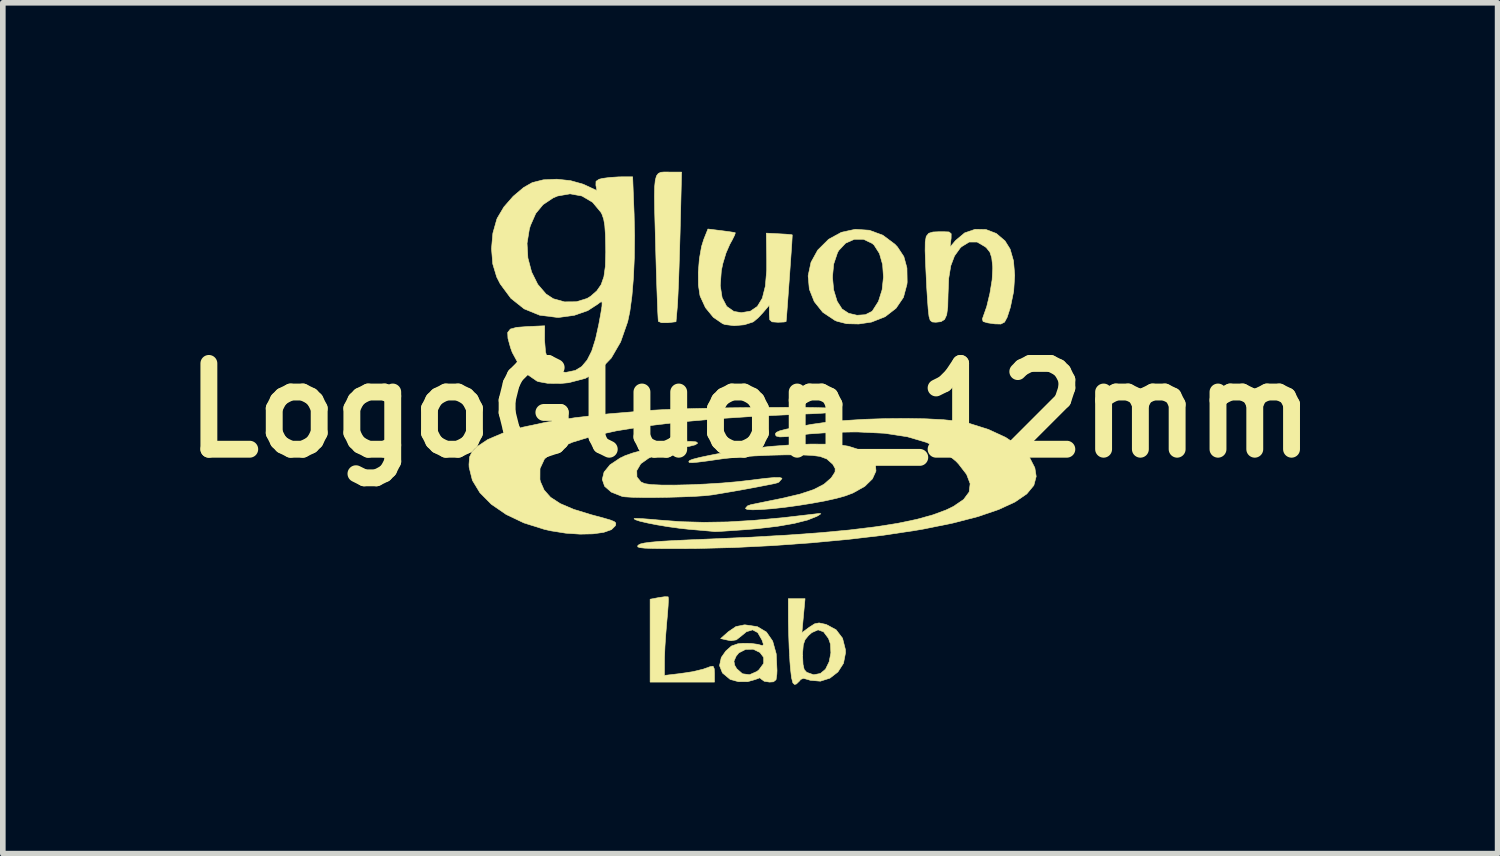
<source format=kicad_pcb>
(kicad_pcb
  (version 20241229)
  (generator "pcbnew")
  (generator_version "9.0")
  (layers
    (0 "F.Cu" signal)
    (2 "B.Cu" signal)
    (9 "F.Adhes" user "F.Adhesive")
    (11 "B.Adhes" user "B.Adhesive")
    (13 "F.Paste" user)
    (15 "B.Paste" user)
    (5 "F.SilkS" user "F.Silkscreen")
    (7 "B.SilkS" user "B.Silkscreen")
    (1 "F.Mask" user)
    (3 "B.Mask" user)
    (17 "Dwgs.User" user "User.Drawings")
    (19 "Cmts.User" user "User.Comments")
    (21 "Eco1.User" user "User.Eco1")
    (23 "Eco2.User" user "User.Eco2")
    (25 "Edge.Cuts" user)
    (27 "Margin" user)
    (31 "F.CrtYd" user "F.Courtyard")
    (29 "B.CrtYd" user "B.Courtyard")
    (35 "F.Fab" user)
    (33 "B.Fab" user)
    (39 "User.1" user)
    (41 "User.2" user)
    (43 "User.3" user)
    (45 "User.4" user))
  (footprint "LogoGluon_12mm"
    (layer "F.Cu")
    (at 10.276 4.24)
    (property "Reference" "LogoGluon_12mm" (at 0 0 0) (layer "F.SilkS") (effects (font (size 1.524 1.524) (thickness 0.3))))
    (attr through_hole)
    (fp_poly (pts (xy -1.461 3.311) (xy -1.457 3.313) (xy -1.453 3.359) (xy -1.458 3.471) (xy -1.47 3.63) (xy -1.481 3.75) (xy -1.499 3.968) (xy -1.514 4.19) (xy -1.522 4.38) (xy -1.523 4.439) (xy -1.524 4.707) (xy -1.263 4.677) (xy -1.025 4.642) (xy -0.837 4.597) (xy -0.709 4.551) (xy -0.66 4.544) (xy -0.639 4.589) (xy -0.635 4.673) (xy -0.635 4.826) (xy -1.778 4.826) (xy -1.778 3.354) (xy -1.626 3.325) (xy -1.522 3.31) (xy -1.461 3.311)) (stroke (width 0.01) (type solid)) (fill yes) (layer "F.SilkS"))
    (fp_poly (pts (xy -1.447 -4.234) (xy -1.41 -4.233) (xy -1.219 -4.233) (xy -1.245 -3.164) (xy -1.254 -2.855) (xy -1.263 -2.56) (xy -1.272 -2.293) (xy -1.282 -2.069) (xy -1.29 -1.905) (xy -1.295 -1.835) (xy -1.318 -1.575) (xy -1.468 -1.557) (xy -1.572 -1.557) (xy -1.629 -1.58) (xy -1.632 -1.585) (xy -1.636 -1.637) (xy -1.643 -1.763) (xy -1.65 -1.952) (xy -1.659 -2.194) (xy -1.668 -2.476) (xy -1.677 -2.79) (xy -1.68 -2.91) (xy -1.69 -3.28) (xy -1.698 -3.574) (xy -1.701 -3.801) (xy -1.698 -3.969) (xy -1.686 -4.088) (xy -1.665 -4.165) (xy -1.632 -4.209) (xy -1.586 -4.23) (xy -1.525 -4.235) (xy -1.447 -4.234)) (stroke (width 0.01) (type solid)) (fill yes) (layer "F.SilkS"))
    (fp_poly (pts (xy 1.255 1.836) (xy 1.217 1.862) (xy 1.183 1.882) (xy 1.019 1.947) (xy 0.782 2.007) (xy 0.482 2.059) (xy 0.129 2.1) (xy -0.053 2.116) (xy -0.262 2.131) (xy -0.439 2.143) (xy -0.567 2.151) (xy -0.631 2.153) (xy -0.635 2.153) (xy -0.684 2.147) (xy -0.797 2.137) (xy -0.958 2.123) (xy -1.079 2.113) (xy -1.261 2.093) (xy -1.457 2.066) (xy -1.65 2.034) (xy -1.823 2) (xy -1.96 1.968) (xy -2.045 1.94) (xy -2.063 1.921) (xy -2.017 1.919) (xy -1.905 1.924) (xy -1.747 1.936) (xy -1.627 1.947) (xy -1.228 1.977) (xy -0.823 1.988) (xy -0.397 1.981) (xy 0.065 1.953) (xy 0.579 1.906) (xy 1.122 1.843) (xy 1.226 1.831) (xy 1.255 1.836)) (stroke (width 0.01) (type solid)) (fill yes) (layer "F.SilkS"))
    (fp_poly (pts (xy 2.117 -3.2) (xy 2.357 -3.111) (xy 2.571 -2.951) (xy 2.616 -2.903) (xy 2.729 -2.732) (xy 2.784 -2.53) (xy 2.788 -2.28) (xy 2.784 -2.24) (xy 2.722 -2.008) (xy 2.59 -1.814) (xy 2.398 -1.665) (xy 2.155 -1.569) (xy 1.927 -1.535) (xy 1.713 -1.54) (xy 1.54 -1.584) (xy 1.501 -1.601) (xy 1.289 -1.743) (xy 1.138 -1.932) (xy 1.05 -2.154) (xy 1.031 -2.37) (xy 1.461 -2.37) (xy 1.482 -2.141) (xy 1.544 -1.938) (xy 1.631 -1.802) (xy 1.748 -1.725) (xy 1.897 -1.69) (xy 2.045 -1.7) (xy 2.161 -1.758) (xy 2.172 -1.769) (xy 2.278 -1.936) (xy 2.343 -2.142) (xy 2.367 -2.368) (xy 2.352 -2.59) (xy 2.296 -2.787) (xy 2.2 -2.937) (xy 2.167 -2.966) (xy 2.013 -3.039) (xy 1.849 -3.039) (xy 1.695 -2.971) (xy 1.573 -2.841) (xy 1.551 -2.802) (xy 1.483 -2.6) (xy 1.461 -2.37) (xy 1.031 -2.37) (xy 1.029 -2.392) (xy 1.08 -2.631) (xy 1.199 -2.847) (xy 1.393 -3.04) (xy 1.62 -3.164) (xy 1.866 -3.217) (xy 2.117 -3.2)) (stroke (width 0.01) (type solid)) (fill yes) (layer "F.SilkS"))
    (fp_poly (pts (xy 0.918 3.949) (xy 1.05 3.851) (xy 1.144 3.791) (xy 1.223 3.775) (xy 1.331 3.798) (xy 1.355 3.805) (xy 1.526 3.897) (xy 1.64 4.047) (xy 1.691 4.248) (xy 1.693 4.306) (xy 1.657 4.492) (xy 1.558 4.646) (xy 1.416 4.756) (xy 1.246 4.81) (xy 1.066 4.794) (xy 1.039 4.785) (xy 0.946 4.759) (xy 0.896 4.779) (xy 0.879 4.803) (xy 0.82 4.86) (xy 0.787 4.868) (xy 0.758 4.84) (xy 0.734 4.748) (xy 0.715 4.584) (xy 0.705 4.456) (xy 0.7 4.356) (xy 0.931 4.356) (xy 0.938 4.511) (xy 0.959 4.603) (xy 1.002 4.651) (xy 1.005 4.653) (xy 1.127 4.696) (xy 1.247 4.673) (xy 1.338 4.597) (xy 1.402 4.466) (xy 1.433 4.308) (xy 1.425 4.149) (xy 1.391 4.051) (xy 1.303 3.933) (xy 1.205 3.898) (xy 1.094 3.947) (xy 1.035 3.999) (xy 0.974 4.074) (xy 0.943 4.164) (xy 0.932 4.297) (xy 0.931 4.356) (xy 0.7 4.356) (xy 0.692 4.223) (xy 0.683 3.971) (xy 0.678 3.745) (xy 0.678 3.694) (xy 0.677 3.344) (xy 0.974 3.344) (xy 0.918 3.949)) (stroke (width 0.01) (type solid)) (fill yes) (layer "F.SilkS"))
    (fp_poly (pts (xy -0.96 0.559) (xy -0.933 0.581) (xy -0.974 0.61) (xy -1.076 0.637) (xy -1.163 0.651) (xy -1.393 0.694) (xy -1.616 0.763) (xy -1.806 0.849) (xy -1.938 0.943) (xy -1.946 0.951) (xy -2.015 1.069) (xy -2.012 1.183) (xy -1.94 1.271) (xy -1.873 1.301) (xy -1.759 1.318) (xy -1.578 1.326) (xy -1.345 1.327) (xy -1.076 1.321) (xy -0.788 1.308) (xy -0.498 1.29) (xy -0.221 1.266) (xy 0.005 1.24) (xy 0.251 1.209) (xy 0.42 1.193) (xy 0.522 1.192) (xy 0.562 1.204) (xy 0.563 1.213) (xy 0.509 1.274) (xy 0.486 1.285) (xy 0.426 1.301) (xy 0.299 1.326) (xy 0.124 1.36) (xy -0.08 1.398) (xy -0.297 1.437) (xy -0.509 1.473) (xy -0.677 1.501) (xy -0.805 1.515) (xy -0.988 1.527) (xy -1.209 1.536) (xy -1.448 1.543) (xy -1.688 1.547) (xy -1.91 1.547) (xy -2.096 1.543) (xy -2.228 1.535) (xy -2.274 1.528) (xy -2.468 1.451) (xy -2.586 1.348) (xy -2.628 1.226) (xy -2.596 1.096) (xy -2.49 0.966) (xy -2.31 0.846) (xy -2.22 0.803) (xy -2.082 0.755) (xy -1.89 0.702) (xy -1.669 0.649) (xy -1.445 0.603) (xy -1.245 0.568) (xy -1.092 0.551) (xy -1.062 0.55) (xy -0.96 0.559)) (stroke (width 0.01) (type solid)) (fill yes) (layer "F.SilkS"))
    (fp_poly (pts (xy 0.126 3.841) (xy 0.288 3.937) (xy 0.399 4.098) (xy 0.462 4.325) (xy 0.476 4.622) (xy 0.473 4.688) (xy 0.459 4.784) (xy 0.413 4.821) (xy 0.342 4.826) (xy 0.249 4.811) (xy 0.203 4.778) (xy 0.17 4.75) (xy 0.096 4.778) (xy -0.043 4.818) (xy -0.207 4.819) (xy -0.348 4.781) (xy -0.36 4.775) (xy -0.493 4.664) (xy -0.545 4.533) (xy -0.528 4.455) (xy -0.289 4.455) (xy -0.276 4.527) (xy -0.24 4.588) (xy -0.138 4.678) (xy -0.012 4.695) (xy 0.12 4.637) (xy 0.156 4.607) (xy 0.239 4.494) (xy 0.239 4.388) (xy 0.173 4.3) (xy 0.053 4.242) (xy -0.083 4.246) (xy -0.202 4.307) (xy -0.25 4.366) (xy -0.289 4.455) (xy -0.528 4.455) (xy -0.514 4.389) (xy -0.434 4.275) (xy -0.333 4.185) (xy -0.218 4.145) (xy -0.127 4.137) (xy 0.013 4.139) (xy 0.132 4.155) (xy 0.159 4.162) (xy 0.223 4.18) (xy 0.234 4.152) (xy 0.209 4.078) (xy 0.134 3.947) (xy 0.042 3.898) (xy -0.068 3.932) (xy -0.154 4.003) (xy -0.247 4.076) (xy -0.34 4.091) (xy -0.394 4.082) (xy -0.525 4.053) (xy -0.389 3.932) (xy -0.254 3.84) (xy -0.107 3.81) (xy -0.086 3.81) (xy 0.126 3.841)) (stroke (width 0.01) (type solid)) (fill yes) (layer "F.SilkS"))
    (fp_poly (pts (xy 1.384 0.6) (xy 1.635 0.619) (xy 1.744 0.636) (xy 1.978 0.712) (xy 2.138 0.816) (xy 2.223 0.941) (xy 2.234 1.077) (xy 2.171 1.216) (xy 2.035 1.349) (xy 1.827 1.466) (xy 1.693 1.517) (xy 1.532 1.562) (xy 1.33 1.607) (xy 1.101 1.649) (xy 0.858 1.688) (xy 0.616 1.721) (xy 0.39 1.746) (xy 0.192 1.761) (xy 0.038 1.766) (xy -0.058 1.758) (xy -0.085 1.74) (xy -0.049 1.697) (xy 0.011 1.675) (xy 0.09 1.659) (xy 0.231 1.63) (xy 0.412 1.593) (xy 0.565 1.562) (xy 0.884 1.487) (xy 1.128 1.406) (xy 1.308 1.313) (xy 1.431 1.206) (xy 1.454 1.177) (xy 1.507 1.093) (xy 1.509 1.032) (xy 1.467 0.957) (xy 1.36 0.862) (xy 1.239 0.817) (xy 1.097 0.799) (xy 0.89 0.79) (xy 0.637 0.789) (xy 0.357 0.796) (xy 0.069 0.809) (xy -0.207 0.829) (xy -0.454 0.854) (xy -0.526 0.864) (xy -0.763 0.898) (xy -0.928 0.919) (xy -1.031 0.928) (xy -1.082 0.925) (xy -1.092 0.912) (xy -1.075 0.889) (xy -1.021 0.868) (xy -0.898 0.836) (xy -0.723 0.799) (xy -0.512 0.758) (xy -0.4 0.739) (xy -0.028 0.683) (xy 0.353 0.64) (xy 0.727 0.612) (xy 1.076 0.598) (xy 1.384 0.6)) (stroke (width 0.01) (type solid)) (fill yes) (layer "F.SilkS"))
    (fp_poly (pts (xy -0.513 -3.193) (xy -0.382 -3.176) (xy -0.291 -3.162) (xy -0.264 -3.155) (xy -0.276 -3.116) (xy -0.32 -3.027) (xy -0.362 -2.951) (xy -0.429 -2.798) (xy -0.486 -2.61) (xy -0.513 -2.482) (xy -0.532 -2.216) (xy -0.499 -2.003) (xy -0.418 -1.848) (xy -0.29 -1.758) (xy -0.157 -1.736) (xy 0.004 -1.763) (xy 0.127 -1.847) (xy 0.215 -1.993) (xy 0.269 -2.207) (xy 0.293 -2.493) (xy 0.293 -2.676) (xy 0.286 -3.149) (xy 0.513 -3.137) (xy 0.64 -3.13) (xy 0.726 -3.122) (xy 0.747 -3.118) (xy 0.745 -3.077) (xy 0.739 -2.968) (xy 0.728 -2.807) (xy 0.714 -2.609) (xy 0.699 -2.393) (xy 0.683 -2.173) (xy 0.668 -1.966) (xy 0.655 -1.788) (xy 0.645 -1.655) (xy 0.638 -1.584) (xy 0.637 -1.577) (xy 0.598 -1.57) (xy 0.506 -1.566) (xy 0.487 -1.566) (xy 0.388 -1.573) (xy 0.347 -1.609) (xy 0.339 -1.7) (xy 0.339 -1.718) (xy 0.339 -1.869) (xy 0.228 -1.738) (xy 0.14 -1.644) (xy 0.061 -1.578) (xy 0.048 -1.57) (xy -0.105 -1.521) (xy -0.284 -1.505) (xy -0.447 -1.525) (xy -0.489 -1.54) (xy -0.655 -1.654) (xy -0.795 -1.825) (xy -0.888 -2.027) (xy -0.893 -2.045) (xy -0.92 -2.225) (xy -0.922 -2.452) (xy -0.903 -2.692) (xy -0.864 -2.912) (xy -0.824 -3.04) (xy -0.751 -3.222) (xy -0.513 -3.193)) (stroke (width 0.01) (type solid)) (fill yes) (layer "F.SilkS"))
    (fp_poly (pts (xy 4.188 -3.213) (xy 4.371 -3.143) (xy 4.526 -3.011) (xy 4.617 -2.865) (xy 4.677 -2.656) (xy 4.698 -2.398) (xy 4.68 -2.117) (xy 4.623 -1.839) (xy 4.613 -1.804) (xy 4.564 -1.653) (xy 4.518 -1.568) (xy 4.452 -1.534) (xy 4.344 -1.537) (xy 4.219 -1.555) (xy 4.137 -1.579) (xy 4.124 -1.624) (xy 4.131 -1.644) (xy 4.201 -1.843) (xy 4.258 -2.08) (xy 4.297 -2.319) (xy 4.308 -2.523) (xy 4.307 -2.557) (xy 4.29 -2.711) (xy 4.258 -2.81) (xy 4.198 -2.886) (xy 4.175 -2.906) (xy 4.03 -2.991) (xy 3.889 -2.991) (xy 3.753 -2.907) (xy 3.729 -2.883) (xy 3.629 -2.744) (xy 3.563 -2.57) (xy 3.526 -2.346) (xy 3.514 -2.055) (xy 3.514 -2.046) (xy 3.509 -1.836) (xy 3.49 -1.697) (xy 3.452 -1.615) (xy 3.388 -1.576) (xy 3.297 -1.566) (xy 3.234 -1.571) (xy 3.197 -1.6) (xy 3.176 -1.67) (xy 3.161 -1.803) (xy 3.159 -1.831) (xy 3.148 -1.983) (xy 3.135 -2.19) (xy 3.124 -2.422) (xy 3.115 -2.61) (xy 3.107 -2.837) (xy 3.109 -2.993) (xy 3.127 -3.092) (xy 3.171 -3.146) (xy 3.246 -3.169) (xy 3.362 -3.174) (xy 3.432 -3.174) (xy 3.532 -3.17) (xy 3.57 -3.138) (xy 3.569 -3.058) (xy 3.566 -3.037) (xy 3.549 -2.9) (xy 3.648 -3.018) (xy 3.809 -3.153) (xy 3.995 -3.217) (xy 4.188 -3.213)) (stroke (width 0.01) (type solid)) (fill yes) (layer "F.SilkS"))
    (fp_poly (pts (xy 0.902 -0.053) (xy 1.141 -0.05) (xy 1.33 -0.045) (xy 1.457 -0.038) (xy 1.51 -0.028) (xy 1.51 -0.028) (xy 1.525 0.000114) (xy 1.501 0.021) (xy 1.426 0.037) (xy 1.29 0.049) (xy 1.085 0.06) (xy 0.969 0.064) (xy 0.134 0.101) (xy -0.617 0.15) (xy -1.287 0.21) (xy -1.875 0.281) (xy -2.382 0.364) (xy -2.81 0.459) (xy -3.16 0.566) (xy -3.431 0.685) (xy -3.502 0.725) (xy -3.654 0.862) (xy -3.734 1.034) (xy -3.735 1.227) (xy -3.727 1.264) (xy -3.661 1.414) (xy -3.547 1.543) (xy -3.375 1.655) (xy -3.137 1.757) (xy -2.824 1.853) (xy -2.794 1.861) (xy -2.604 1.912) (xy -2.482 1.948) (xy -2.415 1.975) (xy -2.388 2) (xy -2.389 2.03) (xy -2.396 2.049) (xy -2.465 2.118) (xy -2.602 2.166) (xy -2.793 2.193) (xy -3.022 2.198) (xy -3.276 2.181) (xy -3.541 2.139) (xy -3.656 2.113) (xy -4.019 1.999) (xy -4.336 1.848) (xy -4.599 1.667) (xy -4.801 1.463) (xy -4.935 1.242) (xy -4.993 1.01) (xy -4.995 0.959) (xy -4.985 0.827) (xy -4.94 0.734) (xy -4.851 0.644) (xy -4.661 0.517) (xy -4.393 0.403) (xy -4.047 0.3) (xy -3.621 0.209) (xy -3.114 0.13) (xy -2.525 0.062) (xy -1.853 0.006) (xy -1.736 -0.003) (xy -1.533 -0.014) (xy -1.281 -0.024) (xy -0.993 -0.033) (xy -0.678 -0.04) (xy -0.348 -0.046) (xy -0.014 -0.05) (xy 0.313 -0.053) (xy 0.622 -0.054) (xy 0.902 -0.053)) (stroke (width 0.01) (type solid)) (fill yes) (layer "F.SilkS"))
    (fp_poly (pts (xy 3.115 0.149) (xy 3.427 0.165) (xy 3.687 0.191) (xy 3.869 0.224) (xy 4.231 0.338) (xy 4.537 0.479) (xy 4.78 0.643) (xy 4.956 0.825) (xy 5.056 1.02) (xy 5.08 1.173) (xy 5.038 1.332) (xy 4.913 1.483) (xy 4.705 1.626) (xy 4.415 1.76) (xy 4.046 1.886) (xy 3.597 2.002) (xy 3.069 2.109) (xy 2.921 2.134) (xy 2.363 2.218) (xy 1.741 2.291) (xy 1.078 2.353) (xy 0.395 2.402) (xy -0.288 2.436) (xy -0.949 2.453) (xy -1.247 2.455) (xy -1.527 2.455) (xy -1.732 2.452) (xy -1.872 2.447) (xy -1.956 2.438) (xy -1.996 2.425) (xy -1.999 2.407) (xy -1.988 2.393) (xy -1.952 2.373) (xy -1.88 2.356) (xy -1.765 2.341) (xy -1.597 2.326) (xy -1.368 2.313) (xy -1.07 2.299) (xy -0.783 2.287) (xy -0.03 2.254) (xy 0.643 2.216) (xy 1.24 2.173) (xy 1.766 2.124) (xy 2.225 2.068) (xy 2.621 2.006) (xy 2.959 1.935) (xy 3.244 1.856) (xy 3.479 1.769) (xy 3.609 1.706) (xy 3.79 1.583) (xy 3.889 1.45) (xy 3.907 1.302) (xy 3.844 1.137) (xy 3.7 0.95) (xy 3.652 0.9) (xy 3.418 0.713) (xy 3.133 0.569) (xy 2.791 0.468) (xy 2.385 0.406) (xy 1.91 0.383) (xy 1.824 0.383) (xy 1.565 0.388) (xy 1.3 0.4) (xy 1.058 0.417) (xy 0.868 0.437) (xy 0.847 0.44) (xy 0.65 0.466) (xy 0.525 0.471) (xy 0.464 0.456) (xy 0.457 0.449) (xy 0.446 0.418) (xy 0.465 0.39) (xy 0.525 0.363) (xy 0.636 0.334) (xy 0.81 0.299) (xy 1.055 0.254) (xy 1.079 0.249) (xy 1.355 0.21) (xy 1.679 0.18) (xy 2.033 0.158) (xy 2.401 0.146) (xy 2.767 0.143) (xy 3.115 0.149)) (stroke (width 0.01) (type solid)) (fill yes) (layer "F.SilkS"))
    (fp_poly (pts (xy -2.062 -3.482) (xy -2.054 -3.101) (xy -2.058 -2.721) (xy -2.074 -2.359) (xy -2.101 -2.032) (xy -2.138 -1.758) (xy -2.176 -1.577) (xy -2.302 -1.216) (xy -2.468 -0.93) (xy -2.675 -0.715) (xy -2.926 -0.57) (xy -3.224 -0.492) (xy -3.363 -0.479) (xy -3.595 -0.481) (xy -3.761 -0.511) (xy -3.79 -0.522) (xy -3.958 -0.638) (xy -4.11 -0.815) (xy -4.227 -1.03) (xy -4.258 -1.116) (xy -4.303 -1.279) (xy -4.308 -1.384) (xy -4.26 -1.445) (xy -4.15 -1.475) (xy -3.966 -1.489) (xy -3.651 -1.503) (xy -3.653 -1.249) (xy -3.636 -1.039) (xy -3.585 -0.864) (xy -3.508 -0.744) (xy -3.448 -0.704) (xy -3.276 -0.675) (xy -3.106 -0.71) (xy -2.993 -0.779) (xy -2.895 -0.896) (xy -2.815 -1.054) (xy -2.747 -1.269) (xy -2.689 -1.531) (xy -2.653 -1.727) (xy -2.633 -1.851) (xy -2.631 -1.916) (xy -2.646 -1.932) (xy -2.678 -1.911) (xy -2.7 -1.893) (xy -2.886 -1.772) (xy -3.125 -1.689) (xy -3.388 -1.653) (xy -3.429 -1.652) (xy -3.74 -1.691) (xy -4.016 -1.804) (xy -4.251 -1.991) (xy -4.44 -2.246) (xy -4.503 -2.369) (xy -4.573 -2.601) (xy -4.595 -2.872) (xy -4.587 -2.968) (xy -3.964 -2.968) (xy -3.949 -2.707) (xy -3.883 -2.458) (xy -3.774 -2.239) (xy -3.627 -2.068) (xy -3.499 -1.984) (xy -3.299 -1.928) (xy -3.088 -1.93) (xy -2.899 -1.988) (xy -2.836 -2.026) (xy -2.725 -2.123) (xy -2.648 -2.234) (xy -2.599 -2.374) (xy -2.573 -2.56) (xy -2.566 -2.81) (xy -2.567 -2.887) (xy -2.572 -3.118) (xy -2.583 -3.282) (xy -2.603 -3.398) (xy -2.633 -3.484) (xy -2.651 -3.518) (xy -2.8 -3.697) (xy -2.988 -3.808) (xy -3.2 -3.847) (xy -3.42 -3.809) (xy -3.502 -3.774) (xy -3.68 -3.655) (xy -3.809 -3.499) (xy -3.904 -3.284) (xy -3.923 -3.221) (xy -3.964 -2.968) (xy -4.587 -2.968) (xy -4.571 -3.148) (xy -4.501 -3.396) (xy -4.492 -3.417) (xy -4.375 -3.614) (xy -4.21 -3.803) (xy -4.025 -3.959) (xy -3.872 -4.046) (xy -3.675 -4.096) (xy -3.436 -4.107) (xy -3.191 -4.081) (xy -2.973 -4.02) (xy -2.938 -4.005) (xy -2.723 -3.905) (xy -2.741 -4) (xy -2.739 -4.069) (xy -2.684 -4.106) (xy -2.623 -4.121) (xy -2.494 -4.138) (xy -2.336 -4.148) (xy -2.287 -4.149) (xy -2.088 -4.149) (xy -2.062 -3.482)) (stroke (width 0.01) (type solid)) (fill yes) (layer "F.SilkS")))
  (gr_rect
    (start -3 -3)
    (end 23.552 12.113)
    (stroke (width 0.1) (type default))
    (fill no)
    (layer "Edge.Cuts")))
</source>
